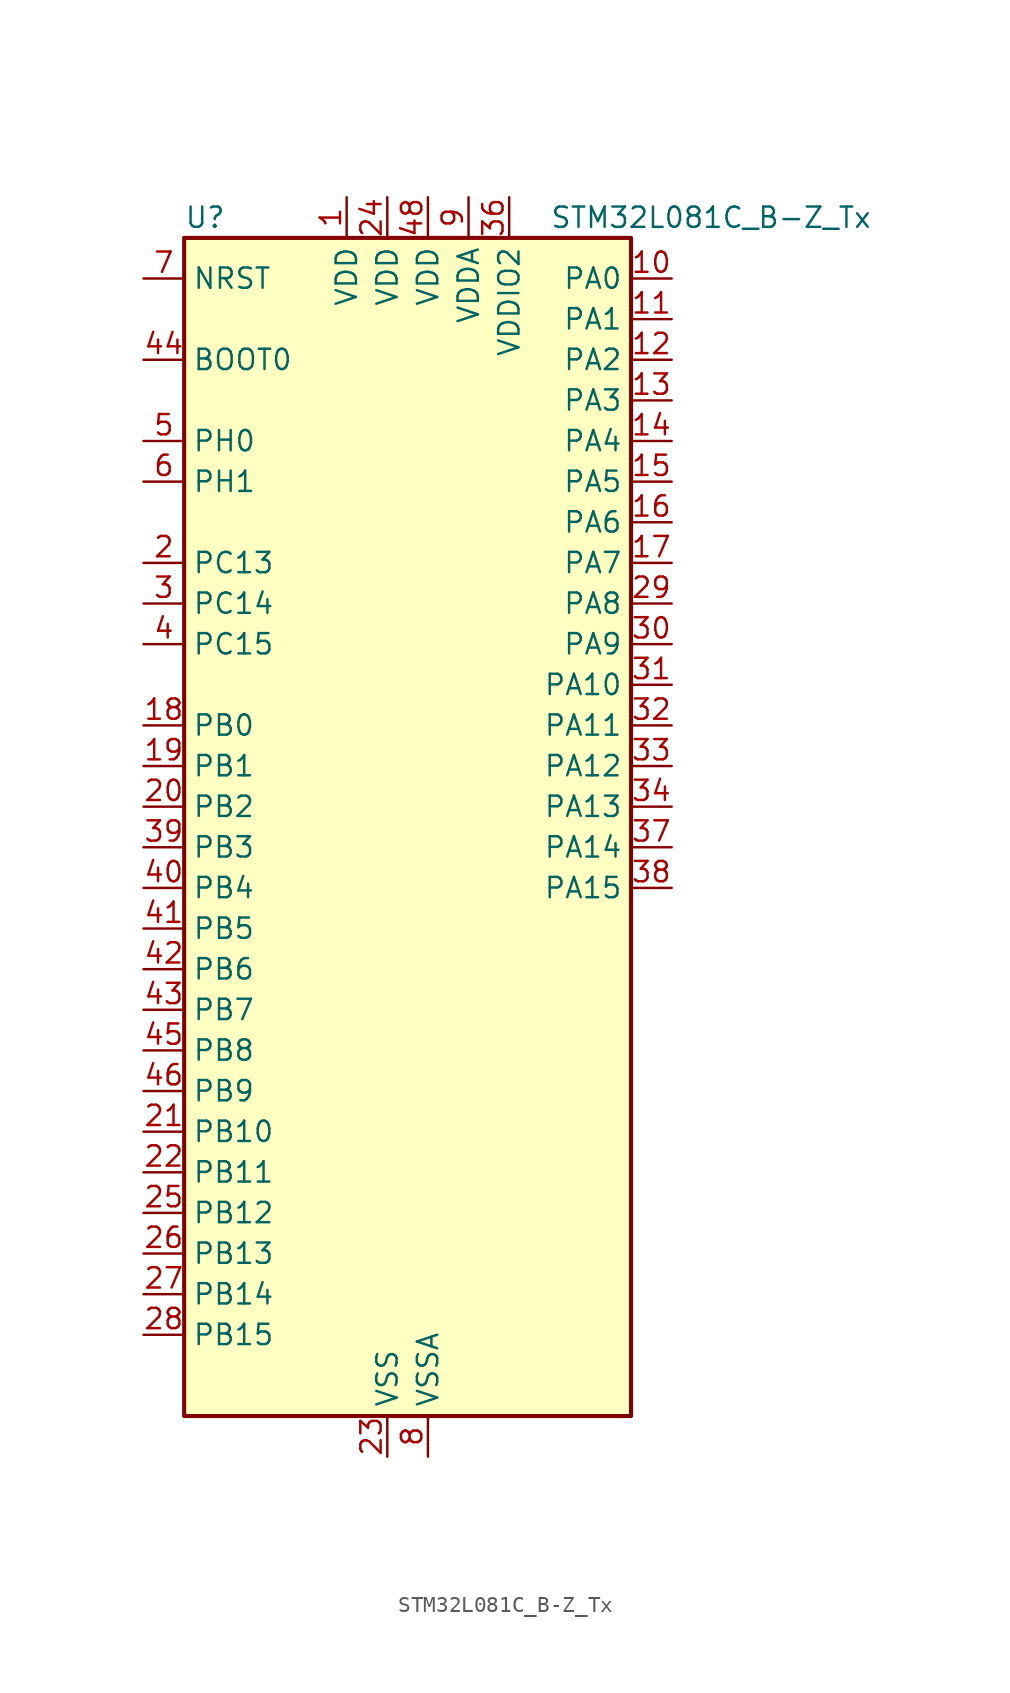
<source format=kicad_sym>
(kicad_symbol_lib
  (version 20220914)
  (generator kicad_symbol_editor)
  (symbol "STM32L081C_B-Z_Tx"
    (property "Reference" "U"
      (at -12.7 39.37 0)
      (effects (font (size 1.27 1.27)) (justify left)))
    (property "Value" "STM32L081C_B-Z_Tx"
      (at 10.16 39.37 0)
      (effects (font (size 1.27 1.27)) (justify left)))
    (property "ki_locked" ""
      (at 0 0 0)
      (effects (font (size 1.27 1.27))))
    (symbol "STM32L081C_B-Z_Tx_0_1"
      (rectangle (start -12.7 -35.56) (end 15.24 38.1) (stroke (width 0.254) (type default)) (fill (type background))))
    (symbol "STM32L081C_B-Z_Tx_1_1"
      (pin power_in line (at -2.54 40.64 270) (length 2.54) (name "VDD" (effects (font (size 1.27 1.27)))) (number "1" (effects (font (size 1.27 1.27)))))
      (pin bidirectional line (at 17.78 35.56 180) (length 2.54) (name "PA0" (effects (font (size 1.27 1.27)))) (number "10" (effects (font (size 1.27 1.27)))) (alternate "ADC_IN0" bidirectional line) (alternate "COMP1_INM" bidirectional line) (alternate "COMP1_OUT" bidirectional line) (alternate "RTC_TAMP2" bidirectional line) (alternate "SYS_WKUP1" bidirectional line) (alternate "TIM2_CH1" bidirectional line) (alternate "TIM2_ETR" bidirectional line) (alternate "USART2_CTS" bidirectional line) (alternate "USART4_TX" bidirectional line))
      (pin bidirectional line (at 17.78 33.02 180) (length 2.54) (name "PA1" (effects (font (size 1.27 1.27)))) (number "11" (effects (font (size 1.27 1.27)))) (alternate "ADC_IN1" bidirectional line) (alternate "COMP1_INP" bidirectional line) (alternate "TIM21_ETR" bidirectional line) (alternate "TIM2_CH2" bidirectional line) (alternate "USART2_DE" bidirectional line) (alternate "USART2_RTS" bidirectional line) (alternate "USART4_RX" bidirectional line))
      (pin bidirectional line (at 17.78 30.48 180) (length 2.54) (name "PA2" (effects (font (size 1.27 1.27)))) (number "12" (effects (font (size 1.27 1.27)))) (alternate "ADC_IN2" bidirectional line) (alternate "COMP2_INM" bidirectional line) (alternate "COMP2_OUT" bidirectional line) (alternate "LPUART1_TX" bidirectional line) (alternate "TIM21_CH1" bidirectional line) (alternate "TIM2_CH3" bidirectional line) (alternate "USART2_TX" bidirectional line))
      (pin bidirectional line (at 17.78 27.94 180) (length 2.54) (name "PA3" (effects (font (size 1.27 1.27)))) (number "13" (effects (font (size 1.27 1.27)))) (alternate "ADC_IN3" bidirectional line) (alternate "COMP2_INP" bidirectional line) (alternate "LPUART1_RX" bidirectional line) (alternate "TIM21_CH2" bidirectional line) (alternate "TIM2_CH4" bidirectional line) (alternate "USART2_RX" bidirectional line))
      (pin bidirectional line (at 17.78 25.4 180) (length 2.54) (name "PA4" (effects (font (size 1.27 1.27)))) (number "14" (effects (font (size 1.27 1.27)))) (alternate "ADC_IN4" bidirectional line) (alternate "COMP1_INM" bidirectional line) (alternate "COMP2_INM" bidirectional line) (alternate "SPI1_NSS" bidirectional line) (alternate "TIM22_ETR" bidirectional line) (alternate "USART2_CK" bidirectional line))
      (pin bidirectional line (at 17.78 22.86 180) (length 2.54) (name "PA5" (effects (font (size 1.27 1.27)))) (number "15" (effects (font (size 1.27 1.27)))) (alternate "ADC_IN5" bidirectional line) (alternate "COMP1_INM" bidirectional line) (alternate "COMP2_INM" bidirectional line) (alternate "SPI1_SCK" bidirectional line) (alternate "TIM2_CH1" bidirectional line) (alternate "TIM2_ETR" bidirectional line))
      (pin bidirectional line (at 17.78 20.32 180) (length 2.54) (name "PA6" (effects (font (size 1.27 1.27)))) (number "16" (effects (font (size 1.27 1.27)))) (alternate "ADC_IN6" bidirectional line) (alternate "COMP1_OUT" bidirectional line) (alternate "LPUART1_CTS" bidirectional line) (alternate "SPI1_MISO" bidirectional line) (alternate "TIM22_CH1" bidirectional line) (alternate "TIM3_CH1" bidirectional line))
      (pin bidirectional line (at 17.78 17.78 180) (length 2.54) (name "PA7" (effects (font (size 1.27 1.27)))) (number "17" (effects (font (size 1.27 1.27)))) (alternate "ADC_IN7" bidirectional line) (alternate "COMP2_OUT" bidirectional line) (alternate "SPI1_MOSI" bidirectional line) (alternate "TIM22_CH2" bidirectional line) (alternate "TIM3_CH2" bidirectional line))
      (pin bidirectional line (at -15.24 7.62 0) (length 2.54) (name "PB0" (effects (font (size 1.27 1.27)))) (number "18" (effects (font (size 1.27 1.27)))) (alternate "ADC_IN8" bidirectional line) (alternate "SYS_VREF_OUT_PB0" bidirectional line) (alternate "TIM3_CH3" bidirectional line))
      (pin bidirectional line (at -15.24 5.08 0) (length 2.54) (name "PB1" (effects (font (size 1.27 1.27)))) (number "19" (effects (font (size 1.27 1.27)))) (alternate "ADC_IN9" bidirectional line) (alternate "LPUART1_DE" bidirectional line) (alternate "LPUART1_RTS" bidirectional line) (alternate "SYS_VREF_OUT_PB1" bidirectional line) (alternate "TIM3_CH4" bidirectional line))
      (pin bidirectional line (at -15.24 17.78 0) (length 2.54) (name "PC13" (effects (font (size 1.27 1.27)))) (number "2" (effects (font (size 1.27 1.27)))) (alternate "RTC_OUT_ALARM" bidirectional line) (alternate "RTC_OUT_CALIB" bidirectional line) (alternate "RTC_TAMP1" bidirectional line) (alternate "RTC_TS" bidirectional line) (alternate "SYS_WKUP2" bidirectional line))
      (pin bidirectional line (at -15.24 2.54 0) (length 2.54) (name "PB2" (effects (font (size 1.27 1.27)))) (number "20" (effects (font (size 1.27 1.27)))) (alternate "I2C3_SMBA" bidirectional line) (alternate "LPTIM1_OUT" bidirectional line))
      (pin bidirectional line (at -15.24 -17.78 0) (length 2.54) (name "PB10" (effects (font (size 1.27 1.27)))) (number "21" (effects (font (size 1.27 1.27)))) (alternate "I2C2_SCL" bidirectional line) (alternate "LPUART1_RX" bidirectional line) (alternate "LPUART1_TX" bidirectional line) (alternate "SPI2_SCK" bidirectional line) (alternate "TIM2_CH3" bidirectional line))
      (pin bidirectional line (at -15.24 -20.32 0) (length 2.54) (name "PB11" (effects (font (size 1.27 1.27)))) (number "22" (effects (font (size 1.27 1.27)))) (alternate "ADC_EXTI11" bidirectional line) (alternate "I2C2_SDA" bidirectional line) (alternate "LPUART1_RX" bidirectional line) (alternate "LPUART1_TX" bidirectional line) (alternate "TIM2_CH4" bidirectional line))
      (pin power_in line (at 0 -38.1 90) (length 2.54) (name "VSS" (effects (font (size 1.27 1.27)))) (number "23" (effects (font (size 1.27 1.27)))))
      (pin power_in line (at 0 40.64 270) (length 2.54) (name "VDD" (effects (font (size 1.27 1.27)))) (number "24" (effects (font (size 1.27 1.27)))))
      (pin bidirectional line (at -15.24 -22.86 0) (length 2.54) (name "PB12" (effects (font (size 1.27 1.27)))) (number "25" (effects (font (size 1.27 1.27)))) (alternate "I2S2_WS" bidirectional line) (alternate "LPUART1_DE" bidirectional line) (alternate "LPUART1_RTS" bidirectional line) (alternate "SPI2_NSS" bidirectional line))
      (pin bidirectional line (at -15.24 -25.4 0) (length 2.54) (name "PB13" (effects (font (size 1.27 1.27)))) (number "26" (effects (font (size 1.27 1.27)))) (alternate "I2C2_SCL" bidirectional line) (alternate "I2S2_CK" bidirectional line) (alternate "LPUART1_CTS" bidirectional line) (alternate "RCC_MCO" bidirectional line) (alternate "SPI2_SCK" bidirectional line) (alternate "TIM21_CH1" bidirectional line))
      (pin bidirectional line (at -15.24 -27.94 0) (length 2.54) (name "PB14" (effects (font (size 1.27 1.27)))) (number "27" (effects (font (size 1.27 1.27)))) (alternate "I2C2_SDA" bidirectional line) (alternate "I2S2_MCK" bidirectional line) (alternate "LPUART1_DE" bidirectional line) (alternate "LPUART1_RTS" bidirectional line) (alternate "RTC_OUT_ALARM" bidirectional line) (alternate "RTC_OUT_CALIB" bidirectional line) (alternate "SPI2_MISO" bidirectional line) (alternate "TIM21_CH2" bidirectional line))
      (pin bidirectional line (at -15.24 -30.48 0) (length 2.54) (name "PB15" (effects (font (size 1.27 1.27)))) (number "28" (effects (font (size 1.27 1.27)))) (alternate "I2S2_SD" bidirectional line) (alternate "RTC_REFIN" bidirectional line) (alternate "SPI2_MOSI" bidirectional line))
      (pin bidirectional line (at 17.78 15.24 180) (length 2.54) (name "PA8" (effects (font (size 1.27 1.27)))) (number "29" (effects (font (size 1.27 1.27)))) (alternate "I2C3_SCL" bidirectional line) (alternate "RCC_MCO" bidirectional line) (alternate "USART1_CK" bidirectional line))
      (pin bidirectional line (at -15.24 15.24 0) (length 2.54) (name "PC14" (effects (font (size 1.27 1.27)))) (number "3" (effects (font (size 1.27 1.27)))) (alternate "RCC_OSC32_IN" bidirectional line))
      (pin bidirectional line (at 17.78 12.7 180) (length 2.54) (name "PA9" (effects (font (size 1.27 1.27)))) (number "30" (effects (font (size 1.27 1.27)))) (alternate "I2C1_SCL" bidirectional line) (alternate "I2C3_SMBA" bidirectional line) (alternate "RCC_MCO" bidirectional line) (alternate "USART1_TX" bidirectional line))
      (pin bidirectional line (at 17.78 10.16 180) (length 2.54) (name "PA10" (effects (font (size 1.27 1.27)))) (number "31" (effects (font (size 1.27 1.27)))) (alternate "I2C1_SDA" bidirectional line) (alternate "USART1_RX" bidirectional line))
      (pin bidirectional line (at 17.78 7.62 180) (length 2.54) (name "PA11" (effects (font (size 1.27 1.27)))) (number "32" (effects (font (size 1.27 1.27)))) (alternate "ADC_EXTI11" bidirectional line) (alternate "COMP1_OUT" bidirectional line) (alternate "SPI1_MISO" bidirectional line) (alternate "USART1_CTS" bidirectional line))
      (pin bidirectional line (at 17.78 5.08 180) (length 2.54) (name "PA12" (effects (font (size 1.27 1.27)))) (number "33" (effects (font (size 1.27 1.27)))) (alternate "COMP2_OUT" bidirectional line) (alternate "SPI1_MOSI" bidirectional line) (alternate "USART1_DE" bidirectional line) (alternate "USART1_RTS" bidirectional line))
      (pin bidirectional line (at 17.78 2.54 180) (length 2.54) (name "PA13" (effects (font (size 1.27 1.27)))) (number "34" (effects (font (size 1.27 1.27)))) (alternate "LPUART1_RX" bidirectional line) (alternate "SYS_SWDIO" bidirectional line))
      (pin passive line (at 0 -38.1 90) (length 2.54) hide (name "VSS" (effects (font (size 1.27 1.27)))) (number "35" (effects (font (size 1.27 1.27)))))
      (pin power_in line (at 7.62 40.64 270) (length 2.54) (name "VDDIO2" (effects (font (size 1.27 1.27)))) (number "36" (effects (font (size 1.27 1.27)))))
      (pin bidirectional line (at 17.78 0 180) (length 2.54) (name "PA14" (effects (font (size 1.27 1.27)))) (number "37" (effects (font (size 1.27 1.27)))) (alternate "LPUART1_TX" bidirectional line) (alternate "SYS_SWCLK" bidirectional line) (alternate "USART2_TX" bidirectional line))
      (pin bidirectional line (at 17.78 -2.54 180) (length 2.54) (name "PA15" (effects (font (size 1.27 1.27)))) (number "38" (effects (font (size 1.27 1.27)))) (alternate "SPI1_NSS" bidirectional line) (alternate "TIM2_CH1" bidirectional line) (alternate "TIM2_ETR" bidirectional line) (alternate "USART2_RX" bidirectional line) (alternate "USART4_DE" bidirectional line) (alternate "USART4_RTS" bidirectional line))
      (pin bidirectional line (at -15.24 0 0) (length 2.54) (name "PB3" (effects (font (size 1.27 1.27)))) (number "39" (effects (font (size 1.27 1.27)))) (alternate "COMP2_INM" bidirectional line) (alternate "SPI1_SCK" bidirectional line) (alternate "TIM2_CH2" bidirectional line) (alternate "USART1_DE" bidirectional line) (alternate "USART1_RTS" bidirectional line) (alternate "USART5_TX" bidirectional line))
      (pin bidirectional line (at -15.24 12.7 0) (length 2.54) (name "PC15" (effects (font (size 1.27 1.27)))) (number "4" (effects (font (size 1.27 1.27)))) (alternate "RCC_OSC32_OUT" bidirectional line))
      (pin bidirectional line (at -15.24 -2.54 0) (length 2.54) (name "PB4" (effects (font (size 1.27 1.27)))) (number "40" (effects (font (size 1.27 1.27)))) (alternate "COMP2_INP" bidirectional line) (alternate "I2C3_SDA" bidirectional line) (alternate "SPI1_MISO" bidirectional line) (alternate "TIM22_CH1" bidirectional line) (alternate "TIM3_CH1" bidirectional line) (alternate "USART1_CTS" bidirectional line) (alternate "USART5_RX" bidirectional line))
      (pin bidirectional line (at -15.24 -5.08 0) (length 2.54) (name "PB5" (effects (font (size 1.27 1.27)))) (number "41" (effects (font (size 1.27 1.27)))) (alternate "COMP2_INP" bidirectional line) (alternate "I2C1_SMBA" bidirectional line) (alternate "LPTIM1_IN1" bidirectional line) (alternate "SPI1_MOSI" bidirectional line) (alternate "TIM22_CH2" bidirectional line) (alternate "TIM3_CH2" bidirectional line) (alternate "USART1_CK" bidirectional line) (alternate "USART5_CK" bidirectional line) (alternate "USART5_DE" bidirectional line) (alternate "USART5_RTS" bidirectional line))
      (pin bidirectional line (at -15.24 -7.62 0) (length 2.54) (name "PB6" (effects (font (size 1.27 1.27)))) (number "42" (effects (font (size 1.27 1.27)))) (alternate "COMP2_INP" bidirectional line) (alternate "I2C1_SCL" bidirectional line) (alternate "LPTIM1_ETR" bidirectional line) (alternate "USART1_TX" bidirectional line))
      (pin bidirectional line (at -15.24 -10.16 0) (length 2.54) (name "PB7" (effects (font (size 1.27 1.27)))) (number "43" (effects (font (size 1.27 1.27)))) (alternate "COMP2_INP" bidirectional line) (alternate "I2C1_SDA" bidirectional line) (alternate "LPTIM1_IN2" bidirectional line) (alternate "SYS_PVD_IN" bidirectional line) (alternate "USART1_RX" bidirectional line) (alternate "USART4_CTS" bidirectional line))
      (pin input line (at -15.24 30.48 0) (length 2.54) (name "BOOT0" (effects (font (size 1.27 1.27)))) (number "44" (effects (font (size 1.27 1.27)))))
      (pin bidirectional line (at -15.24 -12.7 0) (length 2.54) (name "PB8" (effects (font (size 1.27 1.27)))) (number "45" (effects (font (size 1.27 1.27)))) (alternate "I2C1_SCL" bidirectional line))
      (pin bidirectional line (at -15.24 -15.24 0) (length 2.54) (name "PB9" (effects (font (size 1.27 1.27)))) (number "46" (effects (font (size 1.27 1.27)))) (alternate "I2C1_SDA" bidirectional line) (alternate "I2S2_WS" bidirectional line) (alternate "SPI2_NSS" bidirectional line))
      (pin passive line (at 0 -38.1 90) (length 2.54) hide (name "VSS" (effects (font (size 1.27 1.27)))) (number "47" (effects (font (size 1.27 1.27)))))
      (pin power_in line (at 2.54 40.64 270) (length 2.54) (name "VDD" (effects (font (size 1.27 1.27)))) (number "48" (effects (font (size 1.27 1.27)))))
      (pin bidirectional line (at -15.24 25.4 0) (length 2.54) (name "PH0" (effects (font (size 1.27 1.27)))) (number "5" (effects (font (size 1.27 1.27)))) (alternate "RCC_OSC_IN" bidirectional line))
      (pin bidirectional line (at -15.24 22.86 0) (length 2.54) (name "PH1" (effects (font (size 1.27 1.27)))) (number "6" (effects (font (size 1.27 1.27)))) (alternate "RCC_OSC_OUT" bidirectional line))
      (pin input line (at -15.24 35.56 0) (length 2.54) (name "NRST" (effects (font (size 1.27 1.27)))) (number "7" (effects (font (size 1.27 1.27)))))
      (pin power_in line (at 2.54 -38.1 90) (length 2.54) (name "VSSA" (effects (font (size 1.27 1.27)))) (number "8" (effects (font (size 1.27 1.27)))))
      (pin power_in line (at 5.08 40.64 270) (length 2.54) (name "VDDA" (effects (font (size 1.27 1.27)))) (number "9" (effects (font (size 1.27 1.27))))))))
</source>
